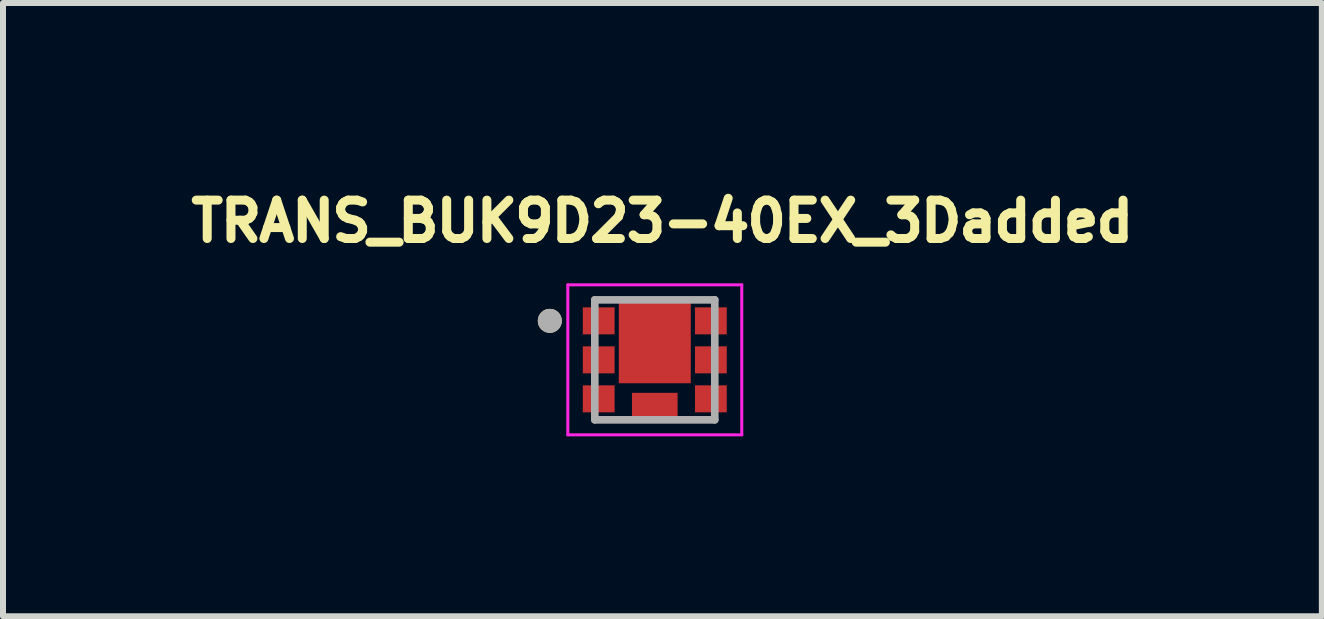
<source format=kicad_pcb>
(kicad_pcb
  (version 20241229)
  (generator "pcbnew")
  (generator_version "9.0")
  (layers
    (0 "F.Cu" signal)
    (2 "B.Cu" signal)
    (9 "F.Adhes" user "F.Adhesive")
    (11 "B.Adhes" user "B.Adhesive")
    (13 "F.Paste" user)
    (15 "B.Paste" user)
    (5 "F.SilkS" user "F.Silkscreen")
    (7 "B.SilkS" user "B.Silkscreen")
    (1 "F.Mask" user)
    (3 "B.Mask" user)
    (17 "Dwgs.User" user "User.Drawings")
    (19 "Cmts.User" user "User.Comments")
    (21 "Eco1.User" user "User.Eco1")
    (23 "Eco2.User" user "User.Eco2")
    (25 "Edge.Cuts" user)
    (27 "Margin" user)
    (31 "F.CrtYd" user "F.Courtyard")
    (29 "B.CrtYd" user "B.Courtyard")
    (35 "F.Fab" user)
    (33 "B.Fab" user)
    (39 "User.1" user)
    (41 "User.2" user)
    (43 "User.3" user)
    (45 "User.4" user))
  (footprint "TRANS_BUK9D23-40EX_3Dadded"
    (layer "F.Cu")
    (at 7.866 2.949)
    (property "Reference" "TRANS_BUK9D23-40EX_3Dadded" (at 0.127 -2.311 0) (layer "F.SilkS") (effects (font (size 0.64 0.64) (thickness 0.15))))
    (attr smd)
    (fp_poly (pts (xy -1.15 -0.825) (xy -0.72 -0.825) (xy -0.72 -0.475) (xy -1.15 -0.475)) (stroke (width 0.01) (type solid)) (fill yes) (layer "F.Mask"))
    (fp_poly (pts (xy -1.15 -0.175) (xy -0.72 -0.175) (xy -0.72 0.175) (xy -1.15 0.175)) (stroke (width 0.01) (type solid)) (fill yes) (layer "F.Mask"))
    (fp_poly (pts (xy -1.15 0.475) (xy -0.72 0.475) (xy -0.72 0.825) (xy -1.15 0.825)) (stroke (width 0.01) (type solid)) (fill yes) (layer "F.Mask"))
    (fp_poly (pts (xy -0.55 -0.91) (xy 0.55 -0.91) (xy 0.55 0.34) (xy -0.55 0.34)) (stroke (width 0.01) (type solid)) (fill yes) (layer "F.Mask"))
    (fp_poly (pts (xy -0.33 0.6) (xy 0.33 0.6) (xy 0.33 0.95) (xy -0.33 0.95)) (stroke (width 0.01) (type solid)) (fill yes) (layer "F.Mask"))
    (fp_poly (pts (xy 0.72 -0.825) (xy 1.15 -0.825) (xy 1.15 -0.475) (xy 0.72 -0.475)) (stroke (width 0.01) (type solid)) (fill yes) (layer "F.Mask"))
    (fp_poly (pts (xy 0.72 -0.175) (xy 1.15 -0.175) (xy 1.15 0.175) (xy 0.72 0.175)) (stroke (width 0.01) (type solid)) (fill yes) (layer "F.Mask"))
    (fp_poly (pts (xy 0.72 0.475) (xy 1.15 0.475) (xy 1.15 0.825) (xy 0.72 0.825)) (stroke (width 0.01) (type solid)) (fill yes) (layer "F.Mask"))
    (fp_circle (center -1.75 -0.65) (end -1.65 -0.65) (stroke (width 0.2) (type solid)) (fill no) (layer "F.SilkS"))
    (fp_poly (pts (xy -1.1 -0.775) (xy -0.77 -0.775) (xy -0.77 -0.525) (xy -1.1 -0.525)) (stroke (width 0.01) (type solid)) (fill yes) (layer "F.Paste"))
    (fp_poly (pts (xy -1.1 -0.125) (xy -0.77 -0.125) (xy -0.77 0.125) (xy -1.1 0.125)) (stroke (width 0.01) (type solid)) (fill yes) (layer "F.Paste"))
    (fp_poly (pts (xy -1.1 0.525) (xy -0.77 0.525) (xy -0.77 0.775) (xy -1.1 0.775)) (stroke (width 0.01) (type solid)) (fill yes) (layer "F.Paste"))
    (fp_poly (pts (xy -0.45 -0.81) (xy 0.45 -0.81) (xy 0.45 0.24) (xy -0.45 0.24)) (stroke (width 0.01) (type solid)) (fill yes) (layer "F.Paste"))
    (fp_poly (pts (xy -0.28 0.65) (xy 0.28 0.65) (xy 0.28 0.9) (xy -0.28 0.9)) (stroke (width 0.01) (type solid)) (fill yes) (layer "F.Paste"))
    (fp_poly (pts (xy 0.77 -0.775) (xy 1.1 -0.775) (xy 1.1 -0.525) (xy 0.77 -0.525)) (stroke (width 0.01) (type solid)) (fill yes) (layer "F.Paste"))
    (fp_poly (pts (xy 0.77 -0.125) (xy 1.1 -0.125) (xy 1.1 0.125) (xy 0.77 0.125)) (stroke (width 0.01) (type solid)) (fill yes) (layer "F.Paste"))
    (fp_poly (pts (xy 0.77 0.525) (xy 1.1 0.525) (xy 1.1 0.775) (xy 0.77 0.775)) (stroke (width 0.01) (type solid)) (fill yes) (layer "F.Paste"))
    (fp_line (start -1.45 -1.25) (end 1.45 -1.25) (stroke (width 0.05) (type solid)) (layer "F.CrtYd"))
    (fp_line (start -1.45 1.25) (end -1.45 -1.25) (stroke (width 0.05) (type solid)) (layer "F.CrtYd"))
    (fp_line (start 1.45 -1.25) (end 1.45 1.25) (stroke (width 0.05) (type solid)) (layer "F.CrtYd"))
    (fp_line (start 1.45 1.25) (end -1.45 1.25) (stroke (width 0.05) (type solid)) (layer "F.CrtYd"))
    (fp_line (start -1 -1) (end 1 -1) (stroke (width 0.127) (type solid)) (layer "F.Fab"))
    (fp_line (start -1 1) (end -1 -1) (stroke (width 0.127) (type solid)) (layer "F.Fab"))
    (fp_line (start 1 -1) (end 1 1) (stroke (width 0.127) (type solid)) (layer "F.Fab"))
    (fp_line (start 1 1) (end -1 1) (stroke (width 0.127) (type solid)) (layer "F.Fab"))
    (fp_circle (center -1.75 -0.65) (end -1.65 -0.65) (stroke (width 0.2) (type solid)) (fill no) (layer "F.Fab"))
    (pad "1" smd rect (at -0.935 -0.65) (size 0.53 0.45) (layers "F.Cu"))
    (pad "2" smd rect (at -0.935 0) (size 0.53 0.45) (layers "F.Cu"))
    (pad "3" smd rect (at -0.935 0.65) (size 0.53 0.45) (layers "F.Cu"))
    (pad "4" smd rect (at 0.935 0.65) (size 0.53 0.45) (layers "F.Cu"))
    (pad "5" smd rect (at 0.935 0) (size 0.53 0.45) (layers "F.Cu"))
    (pad "6" smd rect (at 0.935 -0.65) (size 0.53 0.45) (layers "F.Cu"))
    (pad "7" smd rect (at 0 -0.285) (size 1.2 1.35) (layers "F.Cu"))
    (pad "8" smd rect (at 0 0.775) (size 0.76 0.45) (layers "F.Cu")))
  (gr_rect
    (start -3 -3)
    (end 18.987 7.224)
    (stroke (width 0.1) (type default))
    (fill no)
    (layer "Edge.Cuts")))
</source>
